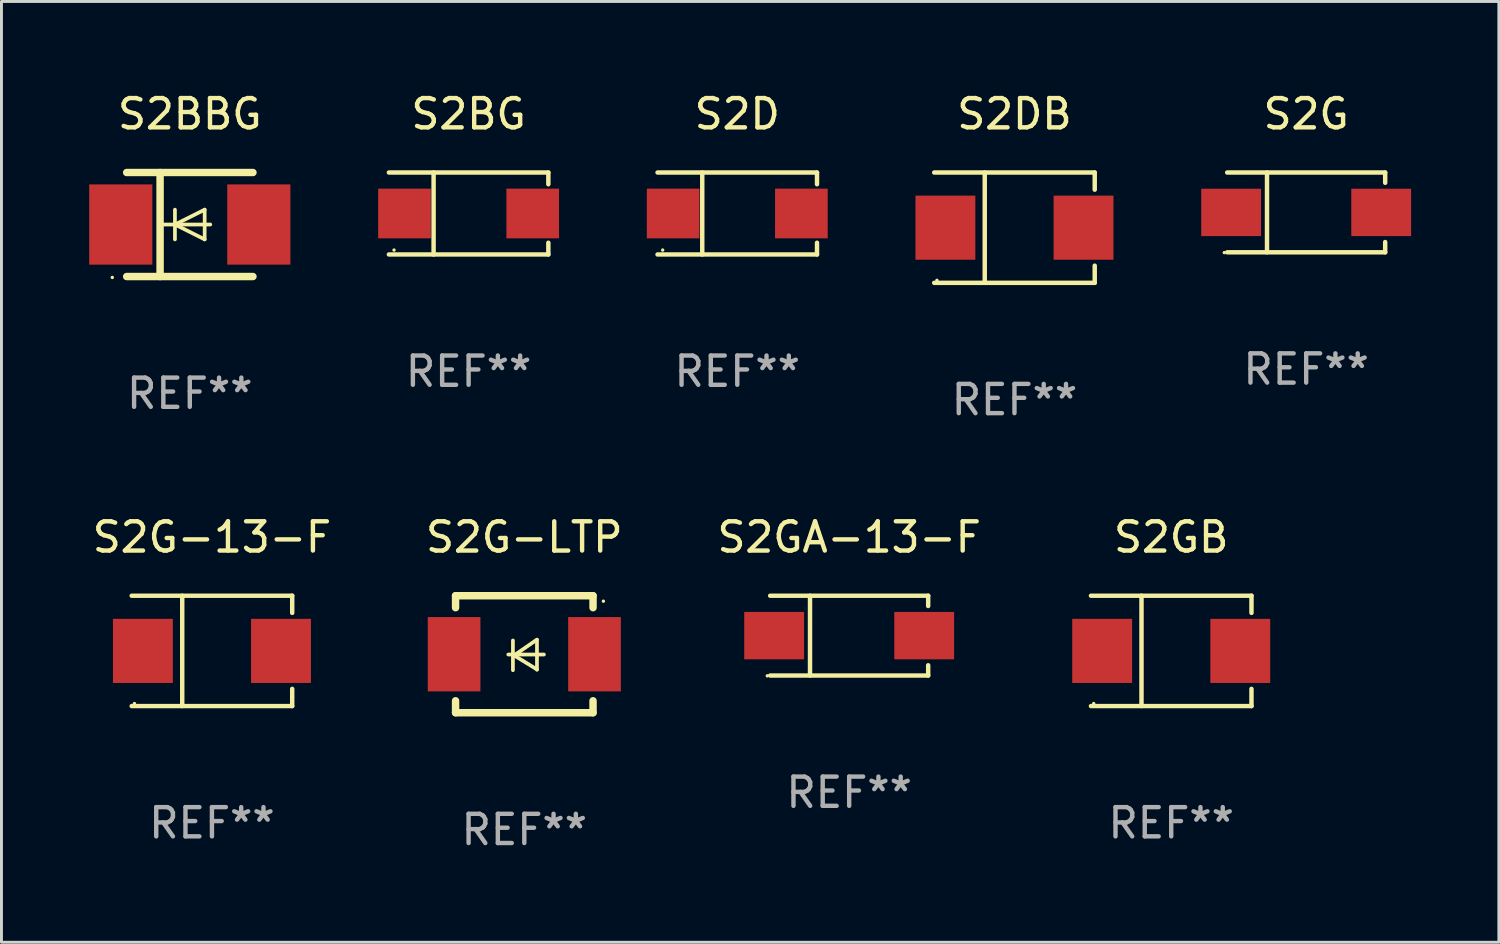
<source format=kicad_pcb>
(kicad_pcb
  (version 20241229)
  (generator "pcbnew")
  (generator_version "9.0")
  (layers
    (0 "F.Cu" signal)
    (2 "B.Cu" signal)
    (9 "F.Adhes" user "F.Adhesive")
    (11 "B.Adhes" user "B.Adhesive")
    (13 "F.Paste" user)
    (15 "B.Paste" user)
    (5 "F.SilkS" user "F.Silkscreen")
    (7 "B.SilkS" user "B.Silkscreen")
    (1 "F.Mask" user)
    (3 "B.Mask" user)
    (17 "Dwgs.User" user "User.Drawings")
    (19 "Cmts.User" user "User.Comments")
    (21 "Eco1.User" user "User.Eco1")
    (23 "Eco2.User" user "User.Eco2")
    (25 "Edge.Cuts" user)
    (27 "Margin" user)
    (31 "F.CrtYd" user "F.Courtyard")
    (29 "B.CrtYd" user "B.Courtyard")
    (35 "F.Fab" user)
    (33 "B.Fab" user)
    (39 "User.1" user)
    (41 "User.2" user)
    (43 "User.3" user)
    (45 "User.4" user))
  (footprint "S2GB"
    (layer "F.Cu")
    (at 36.992 19.203)
    (property "Reference" "S2GB" (at 0 -3.886 0) (layer "F.SilkS") (effects (font (size 1 1) (thickness 0.15))))
    (attr through_hole)
    (fp_line (start -2.744 -1.886) (end 2.744 -1.886) (stroke (width 0.152) (type solid)) (layer "F.SilkS"))
    (fp_line (start -2.744 1.886) (end 2.744 1.886) (stroke (width 0.152) (type solid)) (layer "F.SilkS"))
    (fp_line (start -1.016 -1.886) (end -1.016 1.886) (stroke (width 0.152) (type solid)) (layer "F.SilkS"))
    (fp_line (start 2.744 -1.886) (end 2.744 -1.299) (stroke (width 0.152) (type solid)) (layer "F.SilkS"))
    (fp_line (start 2.744 1.886) (end 2.744 1.299) (stroke (width 0.152) (type solid)) (layer "F.SilkS"))
    (fp_circle (center -2.65 1.8) (end -2.62 1.8) (stroke (width 0.06) (type solid)) (fill no) (layer "F.SilkS"))
    (fp_text user "REF**" (at 0 5.886 0) (layer "F.Fab") (effects (font (size 1 1) (thickness 0.15))))
    (pad "1" smd rect (at -2.361 0) (size 2.047 2.192) (layers "F.Cu" "F.Mask" "F.Paste"))
    (pad "2" smd rect (at 2.361 0) (size 2.047 2.192) (layers "F.Cu" "F.Mask" "F.Paste")))
  (footprint "S2D"
    (layer "F.Cu")
    (at 22.156 4.249)
    (property "Reference" "S2D" (at 0 -3.401 0) (layer "F.SilkS") (effects (font (size 1 1) (thickness 0.15))))
    (attr through_hole)
    (fp_line (start -2.726 -1.401) (end 2.726 -1.401) (stroke (width 0.152) (type solid)) (layer "F.SilkS"))
    (fp_line (start -2.726 1.401) (end 2.726 1.401) (stroke (width 0.152) (type solid)) (layer "F.SilkS"))
    (fp_line (start -1.197 -1.401) (end -1.197 1.401) (stroke (width 0.152) (type solid)) (layer "F.SilkS"))
    (fp_line (start 2.726 -1.401) (end 2.726 -1) (stroke (width 0.152) (type solid)) (layer "F.SilkS"))
    (fp_line (start 2.726 1.401) (end 2.726 1) (stroke (width 0.152) (type solid)) (layer "F.SilkS"))
    (fp_circle (center -2.55 1.25) (end -2.52 1.25) (stroke (width 0.06) (type solid)) (fill no) (layer "F.SilkS"))
    (fp_text user "REF**" (at 0 5.401 0) (layer "F.Fab") (effects (font (size 1 1) (thickness 0.15))))
    (pad "1" smd rect (at -2.192 0) (size 1.8 1.7) (layers "F.Cu" "F.Mask" "F.Paste"))
    (pad "2" smd rect (at 2.192 0) (size 1.8 1.7) (layers "F.Cu" "F.Mask" "F.Paste")))
  (footprint "S2G"
    (layer "F.Cu")
    (at 41.606 4.212)
    (property "Reference" "S2G" (at 0 -3.364 0) (layer "F.SilkS") (effects (font (size 1 1) (thickness 0.15))))
    (attr through_hole)
    (fp_line (start -2.701 -1.364) (end 2.701 -1.364) (stroke (width 0.152) (type solid)) (layer "F.SilkS"))
    (fp_line (start -2.701 1.364) (end 2.701 1.364) (stroke (width 0.152) (type solid)) (layer "F.SilkS"))
    (fp_line (start -1.339 -1.364) (end -1.339 1.364) (stroke (width 0.152) (type solid)) (layer "F.SilkS"))
    (fp_line (start 2.701 -1.364) (end 2.701 -1.013) (stroke (width 0.152) (type solid)) (layer "F.SilkS"))
    (fp_line (start 2.701 1.364) (end 2.701 1.013) (stroke (width 0.152) (type solid)) (layer "F.SilkS"))
    (fp_circle (center -2.8 1.375) (end -2.77 1.375) (stroke (width 0.06) (type solid)) (fill no) (layer "F.SilkS"))
    (fp_text user "REF**" (at 0 5.364 0) (layer "F.Fab") (effects (font (size 1 1) (thickness 0.15))))
    (pad "1" smd rect (at -2.565 -0.000025) (size 2.046 1.62) (layers "F.Cu" "F.Mask" "F.Paste"))
    (pad "2" smd rect (at 2.565 -0.000025) (size 2.046 1.62) (layers "F.Cu" "F.Mask" "F.Paste")))
  (footprint "S2GA-13-F"
    (layer "F.Cu")
    (at 25.982 18.681)
    (property "Reference" "S2GA-13-F" (at 0 -3.364 0) (layer "F.SilkS") (effects (font (size 1 1) (thickness 0.15))))
    (attr through_hole)
    (fp_line (start -2.701 -1.364) (end 2.701 -1.364) (stroke (width 0.152) (type solid)) (layer "F.SilkS"))
    (fp_line (start -2.701 1.364) (end 2.701 1.364) (stroke (width 0.152) (type solid)) (layer "F.SilkS"))
    (fp_line (start -1.339 -1.364) (end -1.339 1.364) (stroke (width 0.152) (type solid)) (layer "F.SilkS"))
    (fp_line (start 2.701 -1.364) (end 2.701 -1.013) (stroke (width 0.152) (type solid)) (layer "F.SilkS"))
    (fp_line (start 2.701 1.364) (end 2.701 1.013) (stroke (width 0.152) (type solid)) (layer "F.SilkS"))
    (fp_circle (center -2.8 1.375) (end -2.77 1.375) (stroke (width 0.06) (type solid)) (fill no) (layer "F.SilkS"))
    (fp_text user "REF**" (at 0 5.364 0) (layer "F.Fab") (effects (font (size 1 1) (thickness 0.15))))
    (pad "1" smd rect (at -2.565 -0.000025) (size 2.046 1.62) (layers "F.Cu" "F.Mask" "F.Paste"))
    (pad "2" smd rect (at 2.565 -0.000025) (size 2.046 1.62) (layers "F.Cu" "F.Mask" "F.Paste")))
  (footprint "S2G-13-F"
    (layer "F.Cu")
    (at 4.196 19.203)
    (property "Reference" "S2G-13-F" (at 0 -3.886 0) (layer "F.SilkS") (effects (font (size 1 1) (thickness 0.15))))
    (attr through_hole)
    (fp_line (start -2.744 -1.886) (end 2.744 -1.886) (stroke (width 0.152) (type solid)) (layer "F.SilkS"))
    (fp_line (start -2.744 1.886) (end 2.744 1.886) (stroke (width 0.152) (type solid)) (layer "F.SilkS"))
    (fp_line (start -1.016 -1.886) (end -1.016 1.886) (stroke (width 0.152) (type solid)) (layer "F.SilkS"))
    (fp_line (start 2.744 -1.886) (end 2.744 -1.299) (stroke (width 0.152) (type solid)) (layer "F.SilkS"))
    (fp_line (start 2.744 1.886) (end 2.744 1.299) (stroke (width 0.152) (type solid)) (layer "F.SilkS"))
    (fp_circle (center -2.65 1.8) (end -2.62 1.8) (stroke (width 0.06) (type solid)) (fill no) (layer "F.SilkS"))
    (fp_text user "REF**" (at 0 5.886 0) (layer "F.Fab") (effects (font (size 1 1) (thickness 0.15))))
    (pad "1" smd rect (at -2.361 0) (size 2.047 2.192) (layers "F.Cu" "F.Mask" "F.Paste"))
    (pad "2" smd rect (at 2.361 0) (size 2.047 2.192) (layers "F.Cu" "F.Mask" "F.Paste")))
  (footprint "S2BBG"
    (layer "F.Cu")
    (at 3.439 4.626)
    (property "Reference" "S2BBG" (at 0 -3.778 0) (layer "F.SilkS") (effects (font (size 1 1) (thickness 0.15))))
    (attr through_hole)
    (fp_line (start -2.159 -1.778) (end 2.159 -1.778) (stroke (width 0.254) (type solid)) (layer "F.SilkS"))
    (fp_line (start -1.016 -1.778) (end -1.016 1.778) (stroke (width 0.254) (type solid)) (layer "F.SilkS"))
    (fp_line (start -0.508 -0.000064) (end 0.508 0.508) (stroke (width 0.127) (type solid)) (layer "F.SilkS"))
    (fp_line (start -0.508 0.508) (end -0.508 -0.508) (stroke (width 0.127) (type solid)) (layer "F.SilkS"))
    (fp_line (start 0.508 -0.508) (end -0.508 -0.000064) (stroke (width 0.127) (type solid)) (layer "F.SilkS"))
    (fp_line (start 0.508 0.508) (end 0.508 -0.508) (stroke (width 0.127) (type solid)) (layer "F.SilkS"))
    (fp_line (start 0.7 -0.000064) (end -1.016 -0.000064) (stroke (width 0.127) (type solid)) (layer "F.SilkS"))
    (fp_line (start 2.159 1.778) (end -2.159 1.778) (stroke (width 0.254) (type solid)) (layer "F.SilkS"))
    (fp_circle (center -2.65 1.81) (end -2.62 1.81) (stroke (width 0.06) (type solid)) (fill no) (layer "F.SilkS"))
    (fp_text user "REF**" (at 0 5.778 0) (layer "F.Fab") (effects (font (size 1 1) (thickness 0.15))))
    (pad "1" smd rect (at -2.36 0.000038) (size 2.159 2.743) (layers "F.Cu" "F.Mask" "F.Paste"))
    (pad "2" smd rect (at 2.36 0.000038) (size 2.159 2.743) (layers "F.Cu" "F.Mask" "F.Paste")))
  (footprint "S2BG"
    (layer "F.Cu")
    (at 12.971 4.249)
    (property "Reference" "S2BG" (at 0 -3.401 0) (layer "F.SilkS") (effects (font (size 1 1) (thickness 0.15))))
    (attr through_hole)
    (fp_line (start -2.726 -1.401) (end 2.726 -1.401) (stroke (width 0.152) (type solid)) (layer "F.SilkS"))
    (fp_line (start -2.726 1.401) (end 2.726 1.401) (stroke (width 0.152) (type solid)) (layer "F.SilkS"))
    (fp_line (start -1.197 -1.401) (end -1.197 1.401) (stroke (width 0.152) (type solid)) (layer "F.SilkS"))
    (fp_line (start 2.726 -1.401) (end 2.726 -1) (stroke (width 0.152) (type solid)) (layer "F.SilkS"))
    (fp_line (start 2.726 1.401) (end 2.726 1) (stroke (width 0.152) (type solid)) (layer "F.SilkS"))
    (fp_circle (center -2.55 1.25) (end -2.52 1.25) (stroke (width 0.06) (type solid)) (fill no) (layer "F.SilkS"))
    (fp_text user "REF**" (at 0 5.401 0) (layer "F.Fab") (effects (font (size 1 1) (thickness 0.15))))
    (pad "1" smd rect (at -2.192 0) (size 1.8 1.7) (layers "F.Cu" "F.Mask" "F.Paste"))
    (pad "2" smd rect (at 2.192 0) (size 1.8 1.7) (layers "F.Cu" "F.Mask" "F.Paste")))
  (footprint "S2G-LTP"
    (layer "F.Cu")
    (at 14.875 19.317)
    (property "Reference" "S2G-LTP" (at 0 -4 0) (layer "F.SilkS") (effects (font (size 1 1) (thickness 0.15))))
    (attr through_hole)
    (fp_line (start -2.35 -2) (end -2.35 -1.591) (stroke (width 0.254) (type solid)) (layer "F.SilkS"))
    (fp_line (start -2.35 -2) (end 2.35 -2) (stroke (width 0.254) (type solid)) (layer "F.SilkS"))
    (fp_line (start -2.35 1.591) (end -2.35 2) (stroke (width 0.254) (type solid)) (layer "F.SilkS"))
    (fp_line (start -2.35 2) (end 2.35 2) (stroke (width 0.254) (type solid)) (layer "F.SilkS"))
    (fp_line (start -0.548 0.01) (end 0.671 0.01) (stroke (width 0.127) (type solid)) (layer "F.SilkS"))
    (fp_line (start -0.389 -0.47) (end -0.389 0.546) (stroke (width 0.127) (type solid)) (layer "F.SilkS"))
    (fp_line (start -0.35 0.04) (end 0.433 0.52) (stroke (width 0.127) (type solid)) (layer "F.SilkS"))
    (fp_line (start 0.433 -0.5) (end -0.35 0.04) (stroke (width 0.127) (type solid)) (layer "F.SilkS"))
    (fp_line (start 0.433 0.53) (end 0.433 -0.486) (stroke (width 0.127) (type solid)) (layer "F.SilkS"))
    (fp_line (start 2.35 -2) (end 2.35 -1.591) (stroke (width 0.254) (type solid)) (layer "F.SilkS"))
    (fp_line (start 2.35 1.591) (end 2.35 2) (stroke (width 0.254) (type solid)) (layer "F.SilkS"))
    (fp_circle (center 2.704 -1.813) (end 2.734 -1.813) (stroke (width 0.06) (type solid)) (fill no) (layer "F.SilkS"))
    (fp_text user "REF**" (at 0 6 0) (layer "F.Fab") (effects (font (size 1 1) (thickness 0.15))))
    (pad "1" smd rect (at 2.4 0) (size 1.8 2.54) (layers "F.Cu" "F.Mask" "F.Paste"))
    (pad "2" smd rect (at -2.4 0) (size 1.8 2.54) (layers "F.Cu" "F.Mask" "F.Paste")))
  (footprint "S2DB"
    (layer "F.Cu")
    (at 31.633 4.734)
    (property "Reference" "S2DB" (at 0 -3.886 0) (layer "F.SilkS") (effects (font (size 1 1) (thickness 0.15))))
    (attr through_hole)
    (fp_line (start -2.744 -1.886) (end 2.744 -1.886) (stroke (width 0.152) (type solid)) (layer "F.SilkS"))
    (fp_line (start -2.744 1.886) (end 2.744 1.886) (stroke (width 0.152) (type solid)) (layer "F.SilkS"))
    (fp_line (start -1.016 -1.886) (end -1.016 1.886) (stroke (width 0.152) (type solid)) (layer "F.SilkS"))
    (fp_line (start 2.744 -1.886) (end 2.744 -1.299) (stroke (width 0.152) (type solid)) (layer "F.SilkS"))
    (fp_line (start 2.744 1.886) (end 2.744 1.299) (stroke (width 0.152) (type solid)) (layer "F.SilkS"))
    (fp_circle (center -2.65 1.8) (end -2.62 1.8) (stroke (width 0.06) (type solid)) (fill no) (layer "F.SilkS"))
    (fp_text user "REF**" (at 0 5.886 0) (layer "F.Fab") (effects (font (size 1 1) (thickness 0.15))))
    (pad "1" smd rect (at -2.361 0) (size 2.047 2.192) (layers "F.Cu" "F.Mask" "F.Paste"))
    (pad "2" smd rect (at 2.361 0) (size 2.047 2.192) (layers "F.Cu" "F.Mask" "F.Paste")))
  (gr_rect
    (start -3 -3)
    (end 48.194 29.165)
    (stroke (width 0.1) (type default))
    (fill no)
    (layer "Edge.Cuts")))
</source>
